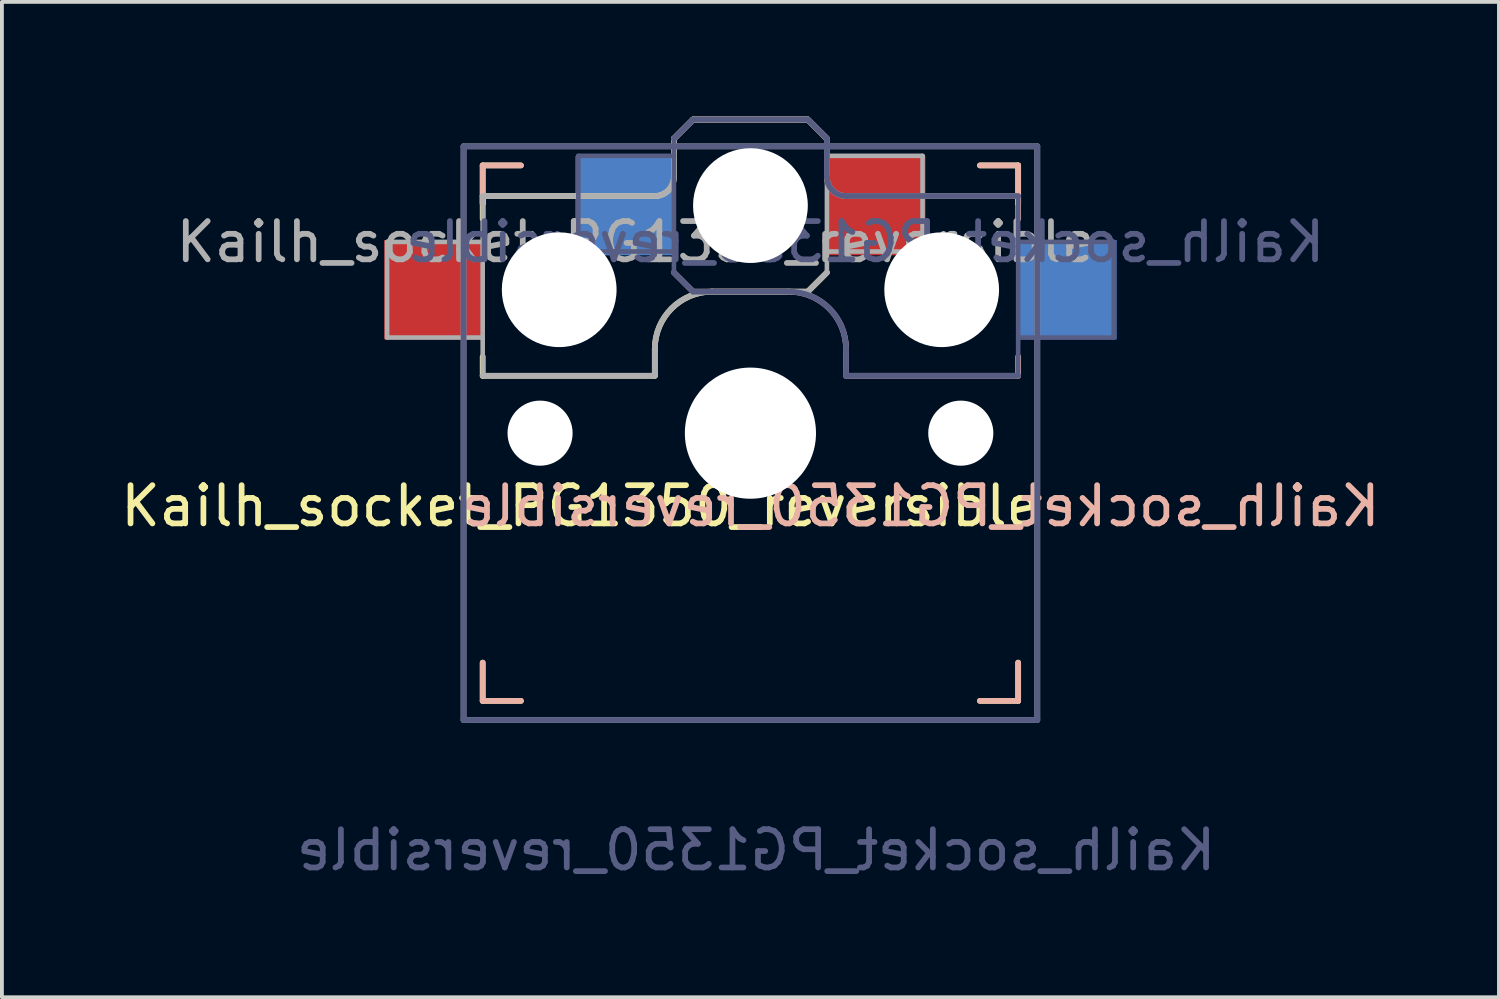
<source format=kicad_pcb>
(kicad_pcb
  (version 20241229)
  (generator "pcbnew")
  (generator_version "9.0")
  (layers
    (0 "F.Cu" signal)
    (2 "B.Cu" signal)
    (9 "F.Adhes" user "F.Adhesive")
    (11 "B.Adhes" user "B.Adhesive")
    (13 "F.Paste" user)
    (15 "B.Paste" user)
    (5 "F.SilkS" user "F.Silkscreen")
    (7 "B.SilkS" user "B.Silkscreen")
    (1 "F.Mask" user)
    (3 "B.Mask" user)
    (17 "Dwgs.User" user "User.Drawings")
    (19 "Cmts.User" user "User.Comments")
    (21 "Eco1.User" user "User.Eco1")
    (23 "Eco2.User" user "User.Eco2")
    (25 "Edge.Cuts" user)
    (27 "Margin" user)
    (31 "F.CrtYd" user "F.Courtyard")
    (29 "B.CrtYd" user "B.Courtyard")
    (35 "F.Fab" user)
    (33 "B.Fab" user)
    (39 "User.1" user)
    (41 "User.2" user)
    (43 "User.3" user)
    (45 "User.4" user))
  (footprint "Kailh_socket_PG1350_reversible"
    (layer "F.Cu")
    (at 16.57 8.275)
    (property "Reference" "Kailh_socket_PG1350_reversible" (at -4.445 1.905 180) (layer "F.SilkS") (effects (font (size 1 1) (thickness 0.15))))
    (property "Value" "Kailh_socket_PG1350_reversible" (at 0.15 10.9 0) (layer "F.Fab") (hide yes) (effects (font (size 1 1) (thickness 0.15))))
    (attr smd)
    (fp_line (start -7 -7) (end -6 -7) (stroke (width 0.15) (type solid)) (layer "F.SilkS"))
    (fp_line (start -7 -6.2) (end -2.5 -6.2) (stroke (width 0.15) (type solid)) (layer "F.SilkS"))
    (fp_line (start -7 -6) (end -7 -7) (stroke (width 0.15) (type solid)) (layer "F.SilkS"))
    (fp_line (start -7 -5.6) (end -7 -6.2) (stroke (width 0.15) (type solid)) (layer "F.SilkS"))
    (fp_line (start -7 -1.5) (end -7 -2) (stroke (width 0.15) (type solid)) (layer "F.SilkS"))
    (fp_line (start -7 7) (end -7 6) (stroke (width 0.15) (type solid)) (layer "F.SilkS"))
    (fp_line (start -6 7) (end -7 7) (stroke (width 0.15) (type solid)) (layer "F.SilkS"))
    (fp_line (start -2.5 -2.2) (end -2.5 -1.5) (stroke (width 0.15) (type solid)) (layer "F.SilkS"))
    (fp_line (start -2.5 -1.5) (end -7 -1.5) (stroke (width 0.15) (type solid)) (layer "F.SilkS"))
    (fp_line (start -2 -6.7) (end -2 -7.7) (stroke (width 0.15) (type solid)) (layer "F.SilkS"))
    (fp_line (start -1.5 -8.2) (end -2 -7.7) (stroke (width 0.15) (type solid)) (layer "F.SilkS"))
    (fp_line (start 1.5 -8.2) (end -1.5 -8.2) (stroke (width 0.15) (type solid)) (layer "F.SilkS"))
    (fp_line (start 1.5 -3.7) (end -1 -3.7) (stroke (width 0.15) (type solid)) (layer "F.SilkS"))
    (fp_line (start 2 -7.7) (end 1.5 -8.2) (stroke (width 0.15) (type solid)) (layer "F.SilkS"))
    (fp_line (start 2 -4.2) (end 1.5 -3.7) (stroke (width 0.15) (type solid)) (layer "F.SilkS"))
    (fp_line (start 6 -7) (end 7 -7) (stroke (width 0.15) (type solid)) (layer "F.SilkS"))
    (fp_line (start 7 -7) (end 7 -6) (stroke (width 0.15) (type solid)) (layer "F.SilkS"))
    (fp_line (start 7 6) (end 7 7) (stroke (width 0.15) (type solid)) (layer "F.SilkS"))
    (fp_line (start 7 7) (end 6 7) (stroke (width 0.15) (type solid)) (layer "F.SilkS"))
    (fp_arc (start -2.5 -2.2) (mid -2.06066 -3.26066) (end -1 -3.7) (stroke (width 0.15) (type solid)) (layer "F.SilkS"))
    (fp_arc (start -2 -6.7) (mid -2.146447 -6.346447) (end -2.5 -6.2) (stroke (width 0.15) (type solid)) (layer "F.SilkS"))
    (fp_line (start -7 -7) (end -6 -7) (stroke (width 0.15) (type solid)) (layer "B.SilkS"))
    (fp_line (start -7 -6) (end -7 -7) (stroke (width 0.15) (type solid)) (layer "B.SilkS"))
    (fp_line (start -7 7) (end -7 6) (stroke (width 0.15) (type solid)) (layer "B.SilkS"))
    (fp_line (start -6 7) (end -7 7) (stroke (width 0.15) (type solid)) (layer "B.SilkS"))
    (fp_line (start -2 -7.7) (end -1.5 -8.2) (stroke (width 0.15) (type solid)) (layer "B.SilkS"))
    (fp_line (start -2 -4.2) (end -1.5 -3.7) (stroke (width 0.15) (type solid)) (layer "B.SilkS"))
    (fp_line (start -1.5 -8.2) (end 1.5 -8.2) (stroke (width 0.15) (type solid)) (layer "B.SilkS"))
    (fp_line (start -1.5 -3.7) (end 1 -3.7) (stroke (width 0.15) (type solid)) (layer "B.SilkS"))
    (fp_line (start 1.5 -8.2) (end 2 -7.7) (stroke (width 0.15) (type solid)) (layer "B.SilkS"))
    (fp_line (start 2 -6.7) (end 2 -7.7) (stroke (width 0.15) (type solid)) (layer "B.SilkS"))
    (fp_line (start 2.5 -2.2) (end 2.5 -1.5) (stroke (width 0.15) (type solid)) (layer "B.SilkS"))
    (fp_line (start 2.5 -1.5) (end 7 -1.5) (stroke (width 0.15) (type solid)) (layer "B.SilkS"))
    (fp_line (start 6 -7) (end 7 -7) (stroke (width 0.15) (type solid)) (layer "B.SilkS"))
    (fp_line (start 7 -7) (end 7 -6) (stroke (width 0.15) (type solid)) (layer "B.SilkS"))
    (fp_line (start 7 -6.2) (end 2.5 -6.2) (stroke (width 0.15) (type solid)) (layer "B.SilkS"))
    (fp_line (start 7 -5.6) (end 7 -6.2) (stroke (width 0.15) (type solid)) (layer "B.SilkS"))
    (fp_line (start 7 -1.5) (end 7 -2) (stroke (width 0.15) (type solid)) (layer "B.SilkS"))
    (fp_line (start 7 6) (end 7 7) (stroke (width 0.15) (type solid)) (layer "B.SilkS"))
    (fp_line (start 7 7) (end 6 7) (stroke (width 0.15) (type solid)) (layer "B.SilkS"))
    (fp_arc (start 1 -3.7) (mid 2.06066 -3.26066) (end 2.5 -2.2) (stroke (width 0.15) (type solid)) (layer "B.SilkS"))
    (fp_arc (start 2.5 -6.2) (mid 2.146447 -6.346447) (end 2 -6.7) (stroke (width 0.15) (type solid)) (layer "B.SilkS"))
    (fp_line (start -6.9 6.9) (end -6.9 -6.9) (stroke (width 0.15) (type solid)) (layer "Eco2.User"))
    (fp_line (start -6.9 6.9) (end 6.9 6.9) (stroke (width 0.15) (type solid)) (layer "Eco2.User"))
    (fp_line (start 6.9 -6.9) (end -6.9 -6.9) (stroke (width 0.15) (type solid)) (layer "Eco2.User"))
    (fp_line (start 6.9 -6.9) (end 6.9 6.9) (stroke (width 0.15) (type solid)) (layer "Eco2.User"))
    (fp_line (start -7.5 -7.5) (end 7.5 -7.5) (stroke (width 0.15) (type solid)) (layer "B.Fab"))
    (fp_line (start -7.5 7.5) (end -7.5 -7.5) (stroke (width 0.15) (type solid)) (layer "B.Fab"))
    (fp_line (start -4.5 -7.25) (end -2 -7.25) (stroke (width 0.12) (type solid)) (layer "B.Fab"))
    (fp_line (start -4.5 -4.75) (end -4.5 -7.25) (stroke (width 0.12) (type solid)) (layer "B.Fab"))
    (fp_line (start -2 -7.7) (end -1.5 -8.2) (stroke (width 0.15) (type solid)) (layer "B.Fab"))
    (fp_line (start -2 -4.75) (end -4.5 -4.75) (stroke (width 0.12) (type solid)) (layer "B.Fab"))
    (fp_line (start -2 -4.25) (end -2 -7.7) (stroke (width 0.12) (type solid)) (layer "B.Fab"))
    (fp_line (start -2 -4.2) (end -1.5 -3.7) (stroke (width 0.15) (type solid)) (layer "B.Fab"))
    (fp_line (start -1.5 -8.2) (end 1.5 -8.2) (stroke (width 0.15) (type solid)) (layer "B.Fab"))
    (fp_line (start -1.5 -3.7) (end 1 -3.7) (stroke (width 0.15) (type solid)) (layer "B.Fab"))
    (fp_line (start 1.5 -8.2) (end 2 -7.7) (stroke (width 0.15) (type solid)) (layer "B.Fab"))
    (fp_line (start 2 -6.7) (end 2 -7.7) (stroke (width 0.15) (type solid)) (layer "B.Fab"))
    (fp_line (start 2.5 -2.2) (end 2.5 -1.5) (stroke (width 0.15) (type solid)) (layer "B.Fab"))
    (fp_line (start 2.5 -1.5) (end 7 -1.5) (stroke (width 0.15) (type solid)) (layer "B.Fab"))
    (fp_line (start 7 -6.2) (end 2.5 -6.2) (stroke (width 0.15) (type solid)) (layer "B.Fab"))
    (fp_line (start 7 -5) (end 9.5 -5) (stroke (width 0.12) (type solid)) (layer "B.Fab"))
    (fp_line (start 7 -1.5) (end 7 -6.2) (stroke (width 0.12) (type solid)) (layer "B.Fab"))
    (fp_line (start 7.5 -7.5) (end 7.5 7.5) (stroke (width 0.15) (type solid)) (layer "B.Fab"))
    (fp_line (start 7.5 7.5) (end -7.5 7.5) (stroke (width 0.15) (type solid)) (layer "B.Fab"))
    (fp_line (start 9.5 -5) (end 9.5 -2.5) (stroke (width 0.12) (type solid)) (layer "B.Fab"))
    (fp_line (start 9.5 -2.5) (end 7 -2.5) (stroke (width 0.12) (type solid)) (layer "B.Fab"))
    (fp_arc (start 1 -3.7) (mid 2.06066 -3.26066) (end 2.5 -2.2) (stroke (width 0.15) (type solid)) (layer "B.Fab"))
    (fp_arc (start 2.5 -6.2) (mid 2.146447 -6.346447) (end 2 -6.7) (stroke (width 0.15) (type solid)) (layer "B.Fab"))
    (fp_line (start -9.5 -5) (end -9.5 -2.5) (stroke (width 0.12) (type solid)) (layer "F.Fab"))
    (fp_line (start -9.5 -2.5) (end -7 -2.5) (stroke (width 0.12) (type solid)) (layer "F.Fab"))
    (fp_line (start -7.5 -7.5) (end 7.5 -7.5) (stroke (width 0.15) (type solid)) (layer "F.Fab"))
    (fp_line (start -7.5 7.5) (end -7.5 -7.5) (stroke (width 0.15) (type solid)) (layer "F.Fab"))
    (fp_line (start -7 -6.2) (end -2.5 -6.2) (stroke (width 0.15) (type solid)) (layer "F.Fab"))
    (fp_line (start -7 -5) (end -9.5 -5) (stroke (width 0.12) (type solid)) (layer "F.Fab"))
    (fp_line (start -7 -1.5) (end -7 -6.2) (stroke (width 0.12) (type solid)) (layer "F.Fab"))
    (fp_line (start -2.5 -2.2) (end -2.5 -1.5) (stroke (width 0.15) (type solid)) (layer "F.Fab"))
    (fp_line (start -2.5 -1.5) (end -7 -1.5) (stroke (width 0.15) (type solid)) (layer "F.Fab"))
    (fp_line (start -2 -6.7) (end -2 -7.7) (stroke (width 0.15) (type solid)) (layer "F.Fab"))
    (fp_line (start -1.5 -8.2) (end -2 -7.7) (stroke (width 0.15) (type solid)) (layer "F.Fab"))
    (fp_line (start 1.5 -8.2) (end -1.5 -8.2) (stroke (width 0.15) (type solid)) (layer "F.Fab"))
    (fp_line (start 1.5 -3.7) (end -1 -3.7) (stroke (width 0.15) (type solid)) (layer "F.Fab"))
    (fp_line (start 2 -7.7) (end 1.5 -8.2) (stroke (width 0.15) (type solid)) (layer "F.Fab"))
    (fp_line (start 2 -4.75) (end 4.5 -4.75) (stroke (width 0.12) (type solid)) (layer "F.Fab"))
    (fp_line (start 2 -4.25) (end 2 -7.7) (stroke (width 0.12) (type solid)) (layer "F.Fab"))
    (fp_line (start 2 -4.2) (end 1.5 -3.7) (stroke (width 0.15) (type solid)) (layer "F.Fab"))
    (fp_line (start 4.5 -7.25) (end 2 -7.25) (stroke (width 0.12) (type solid)) (layer "F.Fab"))
    (fp_line (start 4.5 -4.75) (end 4.5 -7.25) (stroke (width 0.12) (type solid)) (layer "F.Fab"))
    (fp_line (start 7.5 -7.5) (end 7.5 7.5) (stroke (width 0.15) (type solid)) (layer "F.Fab"))
    (fp_line (start 7.5 7.5) (end -7.5 7.5) (stroke (width 0.15) (type solid)) (layer "F.Fab"))
    (fp_arc (start -2.5 -2.2) (mid -2.06066 -3.26066) (end -1 -3.7) (stroke (width 0.15) (type solid)) (layer "F.Fab"))
    (fp_arc (start -2 -6.7) (mid -2.146447 -6.346447) (end -2.5 -6.2) (stroke (width 0.15) (type solid)) (layer "F.Fab"))
    (fp_text user "${REFERENCE}" (at 4.445 1.905 180) (layer "B.SilkS") (effects (font (size 1 1) (thickness 0.15)) (justify mirror)))
    (fp_text user "${VALUE}" (at 0.15 10.9 0) (layer "B.Fab") (effects (font (size 1 1) (thickness 0.15)) (justify mirror)))
    (fp_text user "${REFERENCE}" (at 3 -5 180) (layer "B.Fab") (effects (font (size 1 1) (thickness 0.15)) (justify mirror)))
    (fp_text user "${REFERENCE}" (at -3 -5 0) (layer "F.Fab") (effects (font (size 1 1) (thickness 0.15))))
    (pad "" np_thru_hole circle (at -5.5 0 180) (size 1.702 1.702) (drill 1.702) (layers "*.Cu" "*.Mask"))
    (pad "" np_thru_hole circle (at -5 -3.75 180) (size 3 3) (drill 3) (layers "*.Cu" "*.Mask"))
    (pad "" np_thru_hole circle (at 0 -5.95 180) (size 3 3) (drill 3) (layers "*.Cu" "*.Mask"))
    (pad "" np_thru_hole circle (at 0 0 180) (size 3.429 3.429) (drill 3.429) (layers "*.Cu" "*.Mask"))
    (pad "" np_thru_hole circle (at 5 -3.75 180) (size 3 3) (drill 3) (layers "*.Cu" "*.Mask"))
    (pad "" np_thru_hole circle (at 5.5 0 180) (size 1.702 1.702) (drill 1.702) (layers "*.Cu" "*.Mask"))
    (pad "1" smd rect (at -3.275 -5.95 180) (size 2.6 2.6) (layers "B.Cu" "B.Mask" "B.Paste"))
    (pad "1" smd rect (at 3.275 -5.95 180) (size 2.6 2.6) (layers "F.Cu" "F.Mask" "F.Paste"))
    (pad "2" smd rect (at -8.275 -3.75 180) (size 2.6 2.6) (layers "F.Cu" "F.Mask" "F.Paste"))
    (pad "2" smd rect (at 8.275 -3.75 180) (size 2.6 2.6) (layers "B.Cu" "B.Mask" "B.Paste")))
  (gr_rect
    (start -3 -3)
    (end 36.14 23.023)
    (stroke (width 0.1) (type default))
    (fill no)
    (layer "Edge.Cuts")))
</source>
